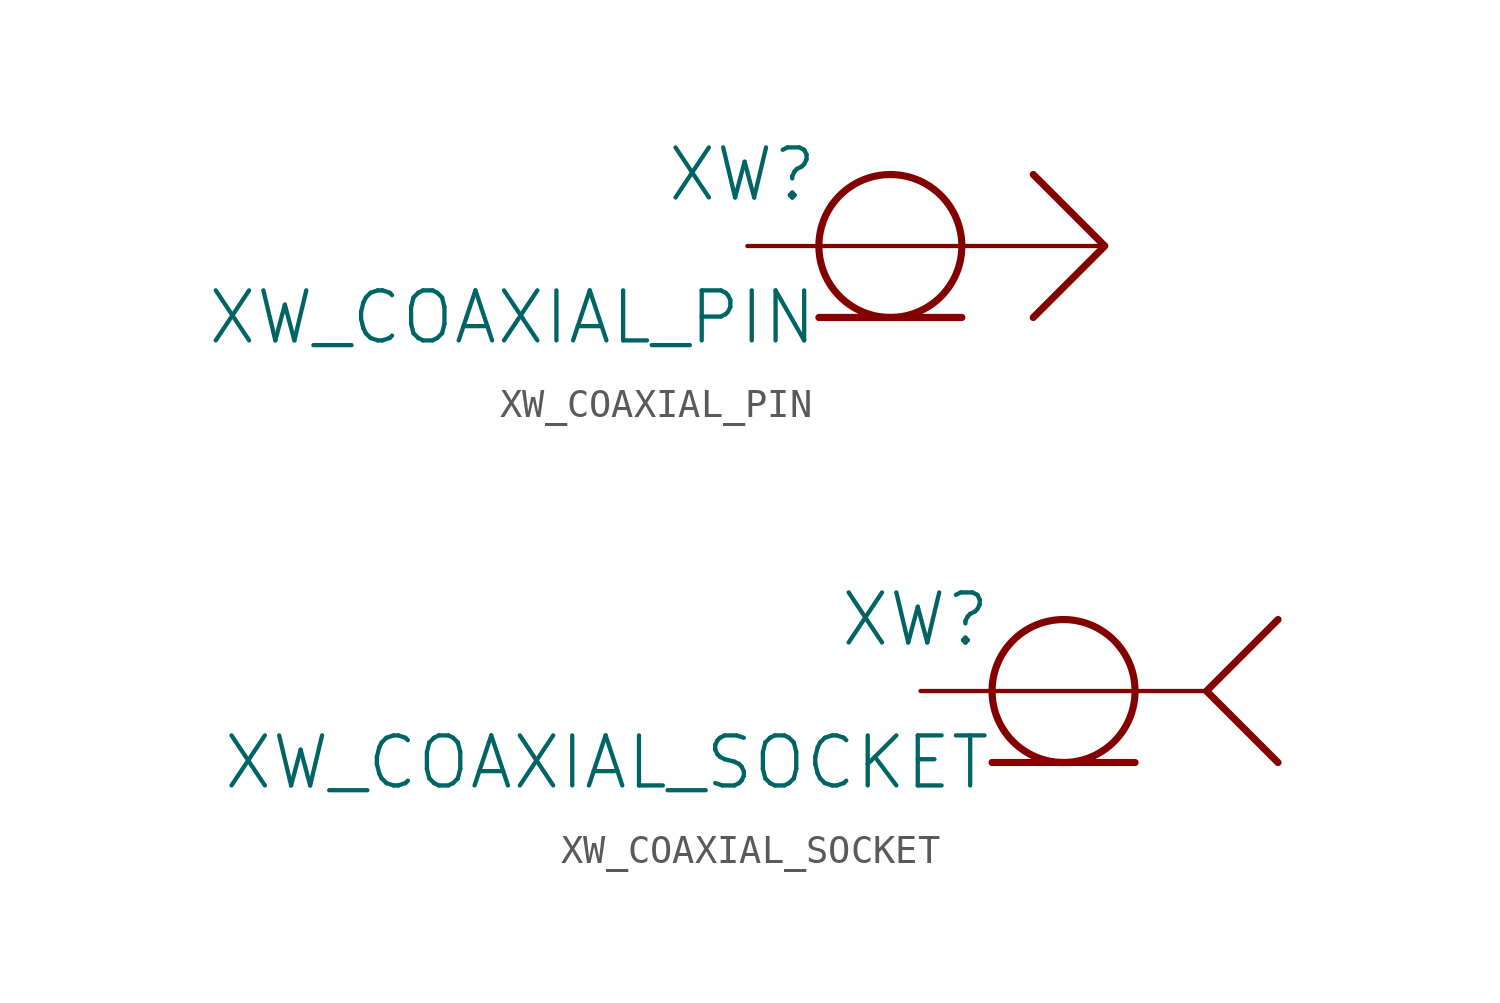
<source format=kicad_sym>
(kicad_symbol_lib
  (version 20211014)
  (generator kicad_symbol_editor)
  (symbol "XW_COAXIAL_PIN"
    (pin_names
      (offset 0))
    (property "Reference" "XW"
      (at 2.54 2.54 0)
      (effects (font (size 1.778 1.778)) (justify right)))
    (property "Value" "XW_COAXIAL_PIN"
      (at 2.54 -2.54 0)
      (effects (font (size 1.778 1.778)) (justify right)))
    (symbol "XW_COAXIAL_PIN_0_0"
      (polyline (pts (xy 10.16 2.54) (xy 12.7 0) (xy 10.16 -2.54)) (stroke (width 0.254) (type default) (color 0 0 0 0)) (fill (type none))))
    (symbol "XW_COAXIAL_PIN_0_1"
      (polyline (pts (xy 0 0) (xy 12.7 0)) (stroke (width 0) (type default) (color 0 0 0 0)) (fill (type none)))
      (polyline (pts (xy 2.54 -2.54) (xy 7.62 -2.54)) (stroke (width 0.254) (type default) (color 0 0 0 0)) (fill (type none)))
      (circle (center 5.08 0) (radius 2.54) (stroke (width 0.254) (type default) (color 0 0 0 0)) (fill (type none))))
    (symbol "XW_COAXIAL_PIN_1_1"
      (pin passive line (at 0 0 0) (length 2.54) hide (name "C" (effects (font (size 1.27 1.27)))) (number "1" (effects (font (size 1.27 1.27)))))
      (pin passive line (at 5.08 -2.54 90) (length 0) hide (name "S" (effects (font (size 1.27 1.27)))) (number "2" (effects (font (size 1.27 1.27)))))))
  (symbol "XW_COAXIAL_SOCKET"
    (pin_names
      (offset 0))
    (property "Reference" "XW"
      (at 2.54 2.54 0)
      (effects (font (size 1.778 1.778)) (justify right)))
    (property "Value" "XW_COAXIAL_SOCKET"
      (at 2.54 -2.54 0)
      (effects (font (size 1.778 1.778)) (justify right)))
    (symbol "XW_COAXIAL_SOCKET_0_0"
      (polyline (pts (xy 12.7 2.54) (xy 10.16 0) (xy 12.7 -2.54)) (stroke (width 0.254) (type default) (color 0 0 0 0)) (fill (type none))))
    (symbol "XW_COAXIAL_SOCKET_0_1"
      (polyline (pts (xy 0 0) (xy 10.16 0)) (stroke (width 0) (type default) (color 0 0 0 0)) (fill (type none)))
      (polyline (pts (xy 2.54 -2.54) (xy 7.62 -2.54)) (stroke (width 0.254) (type default) (color 0 0 0 0)) (fill (type none)))
      (circle (center 5.08 0) (radius 2.54) (stroke (width 0.254) (type default) (color 0 0 0 0)) (fill (type none))))
    (symbol "XW_COAXIAL_SOCKET_1_1"
      (pin passive line (at 0 0 0) (length 2.54) hide (name "C" (effects (font (size 1.27 1.27)))) (number "1" (effects (font (size 1.27 1.27)))))
      (pin passive line (at 5.08 -2.54 90) (length 0) hide (name "S" (effects (font (size 1.27 1.27)))) (number "2" (effects (font (size 1.27 1.27))))))))
</source>
